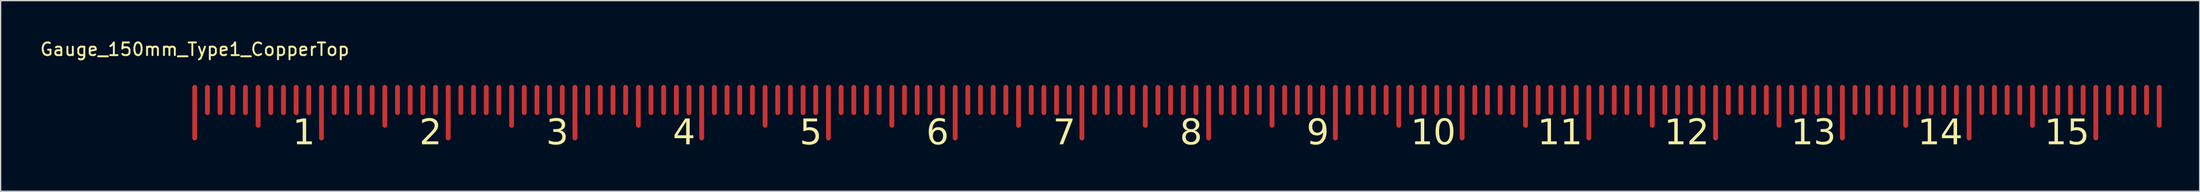
<source format=kicad_pcb>
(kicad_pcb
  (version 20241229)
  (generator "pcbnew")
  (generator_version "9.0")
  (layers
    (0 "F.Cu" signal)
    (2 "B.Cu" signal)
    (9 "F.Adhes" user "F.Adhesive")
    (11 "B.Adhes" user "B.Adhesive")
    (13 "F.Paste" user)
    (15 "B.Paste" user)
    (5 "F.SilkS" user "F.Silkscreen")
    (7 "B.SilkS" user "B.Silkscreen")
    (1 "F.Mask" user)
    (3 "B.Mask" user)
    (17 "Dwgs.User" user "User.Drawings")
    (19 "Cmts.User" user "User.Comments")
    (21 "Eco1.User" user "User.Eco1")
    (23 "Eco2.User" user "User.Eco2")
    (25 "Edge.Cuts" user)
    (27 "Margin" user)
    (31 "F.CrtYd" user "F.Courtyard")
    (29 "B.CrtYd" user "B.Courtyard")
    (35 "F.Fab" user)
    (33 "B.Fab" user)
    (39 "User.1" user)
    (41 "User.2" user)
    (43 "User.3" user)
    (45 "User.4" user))
  (footprint "Gauge_150mm_Type1_CopperTop"
    (layer "F.Cu")
    (at 12.315 3.848)
    (property "Reference" "Gauge_150mm_Type1_CopperTop" (at 0 -3 0) (layer "F.SilkS") (effects (font (size 1 1) (thickness 0.15))))
    (attr exclude_from_pos_files exclude_from_bom)
    (fp_line (start 0 0) (end 0 4) (stroke (width 0.381) (type solid)) (layer "F.Cu"))
    (fp_line (start 1.001 0) (end 1 2) (stroke (width 0.381) (type solid)) (layer "F.Cu"))
    (fp_line (start 1.999 0) (end 2 2) (stroke (width 0.381) (type solid)) (layer "F.Cu"))
    (fp_line (start 3 0) (end 3 2) (stroke (width 0.381) (type solid)) (layer "F.Cu"))
    (fp_line (start 4 0) (end 4 2) (stroke (width 0.381) (type solid)) (layer "F.Cu"))
    (fp_line (start 5.001 0) (end 5.001 3) (stroke (width 0.381) (type solid)) (layer "F.Cu"))
    (fp_line (start 5.999 0) (end 5.999 2) (stroke (width 0.381) (type solid)) (layer "F.Cu"))
    (fp_line (start 7 0) (end 7 2) (stroke (width 0.381) (type solid)) (layer "F.Cu"))
    (fp_line (start 8.001 0) (end 8 2) (stroke (width 0.381) (type solid)) (layer "F.Cu"))
    (fp_line (start 8.999 0) (end 8.999 2) (stroke (width 0.381) (type solid)) (layer "F.Cu"))
    (fp_line (start 10 0) (end 10 4) (stroke (width 0.381) (type solid)) (layer "F.Cu"))
    (fp_line (start 11.001 0) (end 11 2) (stroke (width 0.381) (type solid)) (layer "F.Cu"))
    (fp_line (start 11.999 0) (end 12 2) (stroke (width 0.381) (type solid)) (layer "F.Cu"))
    (fp_line (start 13 0) (end 13 2) (stroke (width 0.381) (type solid)) (layer "F.Cu"))
    (fp_line (start 14.001 0) (end 14 2) (stroke (width 0.381) (type solid)) (layer "F.Cu"))
    (fp_line (start 15.001 0) (end 15.001 3) (stroke (width 0.381) (type solid)) (layer "F.Cu"))
    (fp_line (start 15.999 0) (end 15.999 2) (stroke (width 0.381) (type solid)) (layer "F.Cu"))
    (fp_line (start 17 0) (end 17 2) (stroke (width 0.381) (type solid)) (layer "F.Cu"))
    (fp_line (start 18.001 0) (end 18 2) (stroke (width 0.381) (type solid)) (layer "F.Cu"))
    (fp_line (start 18.999 0) (end 18.999 2) (stroke (width 0.381) (type solid)) (layer "F.Cu"))
    (fp_line (start 20 0) (end 20 4) (stroke (width 0.381) (type solid)) (layer "F.Cu"))
    (fp_line (start 21.001 0) (end 21 2) (stroke (width 0.381) (type solid)) (layer "F.Cu"))
    (fp_line (start 21.999 0) (end 22 2) (stroke (width 0.381) (type solid)) (layer "F.Cu"))
    (fp_line (start 23 0) (end 23 2) (stroke (width 0.381) (type solid)) (layer "F.Cu"))
    (fp_line (start 24 0) (end 24 2) (stroke (width 0.381) (type solid)) (layer "F.Cu"))
    (fp_line (start 25.001 0) (end 25.001 3) (stroke (width 0.381) (type solid)) (layer "F.Cu"))
    (fp_line (start 25.999 0) (end 25.999 2) (stroke (width 0.381) (type solid)) (layer "F.Cu"))
    (fp_line (start 27 0) (end 27 2) (stroke (width 0.381) (type solid)) (layer "F.Cu"))
    (fp_line (start 28.001 0) (end 28 2) (stroke (width 0.381) (type solid)) (layer "F.Cu"))
    (fp_line (start 28.999 0) (end 28.999 2) (stroke (width 0.381) (type solid)) (layer "F.Cu"))
    (fp_line (start 30 0) (end 30 4) (stroke (width 0.381) (type solid)) (layer "F.Cu"))
    (fp_line (start 31.001 0) (end 31 2) (stroke (width 0.381) (type solid)) (layer "F.Cu"))
    (fp_line (start 31.999 0) (end 32 2) (stroke (width 0.381) (type solid)) (layer "F.Cu"))
    (fp_line (start 33 0) (end 33 2) (stroke (width 0.381) (type solid)) (layer "F.Cu"))
    (fp_line (start 34.001 0) (end 34 2) (stroke (width 0.381) (type solid)) (layer "F.Cu"))
    (fp_line (start 35.001 0) (end 35.001 3) (stroke (width 0.381) (type solid)) (layer "F.Cu"))
    (fp_line (start 35.999 0) (end 35.999 2) (stroke (width 0.381) (type solid)) (layer "F.Cu"))
    (fp_line (start 37 0) (end 37 2) (stroke (width 0.381) (type solid)) (layer "F.Cu"))
    (fp_line (start 38.001 0) (end 38 2) (stroke (width 0.381) (type solid)) (layer "F.Cu"))
    (fp_line (start 38.999 0) (end 38.999 2) (stroke (width 0.381) (type solid)) (layer "F.Cu"))
    (fp_line (start 40 0) (end 40 4) (stroke (width 0.381) (type solid)) (layer "F.Cu"))
    (fp_line (start 41.001 0) (end 41 2) (stroke (width 0.381) (type solid)) (layer "F.Cu"))
    (fp_line (start 41.999 0) (end 42 2) (stroke (width 0.381) (type solid)) (layer "F.Cu"))
    (fp_line (start 43 0) (end 43 2) (stroke (width 0.381) (type solid)) (layer "F.Cu"))
    (fp_line (start 44.001 0) (end 44 2) (stroke (width 0.381) (type solid)) (layer "F.Cu"))
    (fp_line (start 45.001 0) (end 45.001 3) (stroke (width 0.381) (type solid)) (layer "F.Cu"))
    (fp_line (start 45.999 0) (end 45.999 2) (stroke (width 0.381) (type solid)) (layer "F.Cu"))
    (fp_line (start 47 0) (end 47 2) (stroke (width 0.381) (type solid)) (layer "F.Cu"))
    (fp_line (start 48.001 0) (end 48 2) (stroke (width 0.381) (type solid)) (layer "F.Cu"))
    (fp_line (start 48.999 0) (end 48.999 2) (stroke (width 0.381) (type solid)) (layer "F.Cu"))
    (fp_line (start 50 0) (end 50 4) (stroke (width 0.381) (type solid)) (layer "F.Cu"))
    (fp_line (start 51.001 0) (end 51 2) (stroke (width 0.381) (type solid)) (layer "F.Cu"))
    (fp_line (start 51.999 0) (end 52 2) (stroke (width 0.381) (type solid)) (layer "F.Cu"))
    (fp_line (start 53 0) (end 53 2) (stroke (width 0.381) (type solid)) (layer "F.Cu"))
    (fp_line (start 54.001 0) (end 54 2) (stroke (width 0.381) (type solid)) (layer "F.Cu"))
    (fp_line (start 55.001 0) (end 55.001 3) (stroke (width 0.381) (type solid)) (layer "F.Cu"))
    (fp_line (start 55.999 0) (end 55.999 2) (stroke (width 0.381) (type solid)) (layer "F.Cu"))
    (fp_line (start 57 0) (end 57 2) (stroke (width 0.381) (type solid)) (layer "F.Cu"))
    (fp_line (start 58.001 0) (end 58 2) (stroke (width 0.381) (type solid)) (layer "F.Cu"))
    (fp_line (start 58.999 0) (end 58.999 2) (stroke (width 0.381) (type solid)) (layer "F.Cu"))
    (fp_line (start 60 0) (end 60 4) (stroke (width 0.381) (type solid)) (layer "F.Cu"))
    (fp_line (start 61.001 0) (end 61 2) (stroke (width 0.381) (type solid)) (layer "F.Cu"))
    (fp_line (start 61.999 0) (end 62 2) (stroke (width 0.381) (type solid)) (layer "F.Cu"))
    (fp_line (start 63 0) (end 63 2) (stroke (width 0.381) (type solid)) (layer "F.Cu"))
    (fp_line (start 64.001 0) (end 64 2) (stroke (width 0.381) (type solid)) (layer "F.Cu"))
    (fp_line (start 65.001 0) (end 65.001 3) (stroke (width 0.381) (type solid)) (layer "F.Cu"))
    (fp_line (start 65.999 0) (end 65.999 2) (stroke (width 0.381) (type solid)) (layer "F.Cu"))
    (fp_line (start 67 0) (end 67 2) (stroke (width 0.381) (type solid)) (layer "F.Cu"))
    (fp_line (start 68.001 0) (end 68 2) (stroke (width 0.381) (type solid)) (layer "F.Cu"))
    (fp_line (start 68.999 0) (end 68.999 2) (stroke (width 0.381) (type solid)) (layer "F.Cu"))
    (fp_line (start 70 0) (end 70 4) (stroke (width 0.381) (type solid)) (layer "F.Cu"))
    (fp_line (start 71.001 0) (end 71 2) (stroke (width 0.381) (type solid)) (layer "F.Cu"))
    (fp_line (start 71.999 0) (end 72 2) (stroke (width 0.381) (type solid)) (layer "F.Cu"))
    (fp_line (start 73 0) (end 73 2) (stroke (width 0.381) (type solid)) (layer "F.Cu"))
    (fp_line (start 74.001 0) (end 74 2) (stroke (width 0.381) (type solid)) (layer "F.Cu"))
    (fp_line (start 75.001 0) (end 75.001 3) (stroke (width 0.381) (type solid)) (layer "F.Cu"))
    (fp_line (start 75.999 0) (end 75.999 2) (stroke (width 0.381) (type solid)) (layer "F.Cu"))
    (fp_line (start 77 0) (end 77 2) (stroke (width 0.381) (type solid)) (layer "F.Cu"))
    (fp_line (start 78.001 0) (end 78 2) (stroke (width 0.381) (type solid)) (layer "F.Cu"))
    (fp_line (start 78.999 0) (end 78.999 2) (stroke (width 0.381) (type solid)) (layer "F.Cu"))
    (fp_line (start 80 0) (end 80 4) (stroke (width 0.381) (type solid)) (layer "F.Cu"))
    (fp_line (start 81.001 0) (end 81 2) (stroke (width 0.381) (type solid)) (layer "F.Cu"))
    (fp_line (start 81.999 0) (end 82 2) (stroke (width 0.381) (type solid)) (layer "F.Cu"))
    (fp_line (start 83 0) (end 83 2) (stroke (width 0.381) (type solid)) (layer "F.Cu"))
    (fp_line (start 84.001 0) (end 84 2) (stroke (width 0.381) (type solid)) (layer "F.Cu"))
    (fp_line (start 85.001 0) (end 85.001 3) (stroke (width 0.381) (type solid)) (layer "F.Cu"))
    (fp_line (start 85.999 0) (end 85.999 2) (stroke (width 0.381) (type solid)) (layer "F.Cu"))
    (fp_line (start 87 0) (end 87 2) (stroke (width 0.381) (type solid)) (layer "F.Cu"))
    (fp_line (start 88.001 0) (end 88 2) (stroke (width 0.381) (type solid)) (layer "F.Cu"))
    (fp_line (start 88.999 0) (end 88.999 2) (stroke (width 0.381) (type solid)) (layer "F.Cu"))
    (fp_line (start 90 0) (end 90 4) (stroke (width 0.381) (type solid)) (layer "F.Cu"))
    (fp_line (start 91.001 0) (end 91 2) (stroke (width 0.381) (type solid)) (layer "F.Cu"))
    (fp_line (start 91.999 0) (end 92 2) (stroke (width 0.381) (type solid)) (layer "F.Cu"))
    (fp_line (start 93 0) (end 93 2) (stroke (width 0.381) (type solid)) (layer "F.Cu"))
    (fp_line (start 94.001 0) (end 94 2) (stroke (width 0.381) (type solid)) (layer "F.Cu"))
    (fp_line (start 95.001 0) (end 95.001 3) (stroke (width 0.381) (type solid)) (layer "F.Cu"))
    (fp_line (start 95.999 0) (end 95.999 2) (stroke (width 0.381) (type solid)) (layer "F.Cu"))
    (fp_line (start 97 0) (end 97 2) (stroke (width 0.381) (type solid)) (layer "F.Cu"))
    (fp_line (start 98.001 0) (end 98 2) (stroke (width 0.381) (type solid)) (layer "F.Cu"))
    (fp_line (start 98.999 0) (end 98.999 2) (stroke (width 0.381) (type solid)) (layer "F.Cu"))
    (fp_line (start 100 0) (end 100 4) (stroke (width 0.381) (type solid)) (layer "F.Cu"))
    (fp_line (start 101.001 0) (end 101 2) (stroke (width 0.381) (type solid)) (layer "F.Cu"))
    (fp_line (start 101.999 0) (end 102 2) (stroke (width 0.381) (type solid)) (layer "F.Cu"))
    (fp_line (start 103 0) (end 103 2) (stroke (width 0.381) (type solid)) (layer "F.Cu"))
    (fp_line (start 104.001 0) (end 104 2) (stroke (width 0.381) (type solid)) (layer "F.Cu"))
    (fp_line (start 105.001 0) (end 105.001 3) (stroke (width 0.381) (type solid)) (layer "F.Cu"))
    (fp_line (start 105.999 0) (end 105.999 2) (stroke (width 0.381) (type solid)) (layer "F.Cu"))
    (fp_line (start 107 0) (end 107 2) (stroke (width 0.381) (type solid)) (layer "F.Cu"))
    (fp_line (start 108.001 0) (end 108 2) (stroke (width 0.381) (type solid)) (layer "F.Cu"))
    (fp_line (start 108.999 0) (end 108.999 2) (stroke (width 0.381) (type solid)) (layer "F.Cu"))
    (fp_line (start 110 0) (end 110 4) (stroke (width 0.381) (type solid)) (layer "F.Cu"))
    (fp_line (start 111.001 0) (end 111 2) (stroke (width 0.381) (type solid)) (layer "F.Cu"))
    (fp_line (start 111.999 0) (end 112 2) (stroke (width 0.381) (type solid)) (layer "F.Cu"))
    (fp_line (start 113 0) (end 113 2) (stroke (width 0.381) (type solid)) (layer "F.Cu"))
    (fp_line (start 114.001 0) (end 114 2) (stroke (width 0.381) (type solid)) (layer "F.Cu"))
    (fp_line (start 115.001 0) (end 115.001 3) (stroke (width 0.381) (type solid)) (layer "F.Cu"))
    (fp_line (start 115.999 0) (end 115.999 2) (stroke (width 0.381) (type solid)) (layer "F.Cu"))
    (fp_line (start 117 0) (end 117 2) (stroke (width 0.381) (type solid)) (layer "F.Cu"))
    (fp_line (start 118.001 0) (end 118 2) (stroke (width 0.381) (type solid)) (layer "F.Cu"))
    (fp_line (start 118.999 0) (end 118.999 2) (stroke (width 0.381) (type solid)) (layer "F.Cu"))
    (fp_line (start 120 0) (end 120 4) (stroke (width 0.381) (type solid)) (layer "F.Cu"))
    (fp_line (start 121.001 0) (end 121 2) (stroke (width 0.381) (type solid)) (layer "F.Cu"))
    (fp_line (start 121.999 0) (end 122 2) (stroke (width 0.381) (type solid)) (layer "F.Cu"))
    (fp_line (start 123 0) (end 123 2) (stroke (width 0.381) (type solid)) (layer "F.Cu"))
    (fp_line (start 124.001 0) (end 124 2) (stroke (width 0.381) (type solid)) (layer "F.Cu"))
    (fp_line (start 125.001 0) (end 125.001 3) (stroke (width 0.381) (type solid)) (layer "F.Cu"))
    (fp_line (start 125.999 0) (end 125.999 2) (stroke (width 0.381) (type solid)) (layer "F.Cu"))
    (fp_line (start 127 0) (end 127 2) (stroke (width 0.381) (type solid)) (layer "F.Cu"))
    (fp_line (start 128.001 0) (end 128 2) (stroke (width 0.381) (type solid)) (layer "F.Cu"))
    (fp_line (start 128.999 0) (end 128.999 2) (stroke (width 0.381) (type solid)) (layer "F.Cu"))
    (fp_line (start 130 0) (end 130 4) (stroke (width 0.381) (type solid)) (layer "F.Cu"))
    (fp_line (start 131.001 0) (end 131 2) (stroke (width 0.381) (type solid)) (layer "F.Cu"))
    (fp_line (start 131.999 0) (end 132 2) (stroke (width 0.381) (type solid)) (layer "F.Cu"))
    (fp_line (start 133 0) (end 133 2) (stroke (width 0.381) (type solid)) (layer "F.Cu"))
    (fp_line (start 134 0) (end 134 2) (stroke (width 0.381) (type solid)) (layer "F.Cu"))
    (fp_line (start 135.001 0) (end 135.001 3) (stroke (width 0.381) (type solid)) (layer "F.Cu"))
    (fp_line (start 135.999 0) (end 135.999 2) (stroke (width 0.381) (type solid)) (layer "F.Cu"))
    (fp_line (start 137 0) (end 137 2) (stroke (width 0.381) (type solid)) (layer "F.Cu"))
    (fp_line (start 138.001 0) (end 138 2) (stroke (width 0.381) (type solid)) (layer "F.Cu"))
    (fp_line (start 138.999 0) (end 138.999 2) (stroke (width 0.381) (type solid)) (layer "F.Cu"))
    (fp_line (start 140 0) (end 140 4) (stroke (width 0.381) (type solid)) (layer "F.Cu"))
    (fp_line (start 141.001 0) (end 141 2) (stroke (width 0.381) (type solid)) (layer "F.Cu"))
    (fp_line (start 141.999 0) (end 142 2) (stroke (width 0.381) (type solid)) (layer "F.Cu"))
    (fp_line (start 143 0) (end 143 2) (stroke (width 0.381) (type solid)) (layer "F.Cu"))
    (fp_line (start 144 0) (end 144 2) (stroke (width 0.381) (type solid)) (layer "F.Cu"))
    (fp_line (start 145.001 0) (end 145.001 3) (stroke (width 0.381) (type solid)) (layer "F.Cu"))
    (fp_line (start 145.999 0) (end 145.999 2) (stroke (width 0.381) (type solid)) (layer "F.Cu"))
    (fp_line (start 147 0) (end 147 2) (stroke (width 0.381) (type solid)) (layer "F.Cu"))
    (fp_line (start 148.001 0) (end 148 2) (stroke (width 0.381) (type solid)) (layer "F.Cu"))
    (fp_line (start 148.999 0) (end 148.999 2) (stroke (width 0.381) (type solid)) (layer "F.Cu"))
    (fp_line (start 150 0) (end 150 4) (stroke (width 0.381) (type solid)) (layer "F.Cu"))
    (fp_line (start 151 0) (end 151 2) (stroke (width 0.381) (type solid)) (layer "F.Cu"))
    (fp_line (start 151.999 0) (end 152 2) (stroke (width 0.381) (type solid)) (layer "F.Cu"))
    (fp_line (start 152.999 0) (end 152.999 2) (stroke (width 0.381) (type solid)) (layer "F.Cu"))
    (fp_line (start 154 0) (end 154 2) (stroke (width 0.381) (type solid)) (layer "F.Cu"))
    (fp_line (start 155 0) (end 155 3) (stroke (width 0.381) (type solid)) (layer "F.Cu"))
    (fp_line (start 0.00002 0) (end 0.00002 4) (stroke (width 0.381) (type solid)) (layer "F.Mask"))
    (fp_line (start 1.001 0) (end 1 2) (stroke (width 0.381) (type solid)) (layer "F.Mask"))
    (fp_line (start 2 0) (end 2 2) (stroke (width 0.381) (type solid)) (layer "F.Mask"))
    (fp_line (start 3 0) (end 3 2) (stroke (width 0.381) (type solid)) (layer "F.Mask"))
    (fp_line (start 4 0) (end 4 2) (stroke (width 0.381) (type solid)) (layer "F.Mask"))
    (fp_line (start 5.001 0) (end 5.001 3) (stroke (width 0.381) (type solid)) (layer "F.Mask"))
    (fp_line (start 6 0) (end 6 2) (stroke (width 0.381) (type solid)) (layer "F.Mask"))
    (fp_line (start 7 0) (end 7 2) (stroke (width 0.381) (type solid)) (layer "F.Mask"))
    (fp_line (start 8 0) (end 8 2) (stroke (width 0.381) (type solid)) (layer "F.Mask"))
    (fp_line (start 9 0) (end 9 2) (stroke (width 0.381) (type solid)) (layer "F.Mask"))
    (fp_line (start 10 0) (end 10 4) (stroke (width 0.381) (type solid)) (layer "F.Mask"))
    (fp_line (start 11.001 0) (end 11 2) (stroke (width 0.381) (type solid)) (layer "F.Mask"))
    (fp_line (start 12.001 0) (end 12 2) (stroke (width 0.381) (type solid)) (layer "F.Mask"))
    (fp_line (start 13.001 0) (end 13 2) (stroke (width 0.381) (type solid)) (layer "F.Mask"))
    (fp_line (start 14.001 0) (end 14 2) (stroke (width 0.381) (type solid)) (layer "F.Mask"))
    (fp_line (start 15.002 0) (end 15.002 3) (stroke (width 0.381) (type solid)) (layer "F.Mask"))
    (fp_line (start 16.001 0) (end 16 2) (stroke (width 0.381) (type solid)) (layer "F.Mask"))
    (fp_line (start 17.001 0) (end 17 2) (stroke (width 0.381) (type solid)) (layer "F.Mask"))
    (fp_line (start 18.001 0) (end 18 2) (stroke (width 0.381) (type solid)) (layer "F.Mask"))
    (fp_line (start 19.001 0) (end 19 2) (stroke (width 0.381) (type solid)) (layer "F.Mask"))
    (fp_line (start 19.998 0) (end 19.998 4) (stroke (width 0.381) (type solid)) (layer "F.Mask"))
    (fp_line (start 20.999 0) (end 20.998 2) (stroke (width 0.381) (type solid)) (layer "F.Mask"))
    (fp_line (start 21.999 0) (end 21.998 2) (stroke (width 0.381) (type solid)) (layer "F.Mask"))
    (fp_line (start 22.999 0) (end 22.998 2) (stroke (width 0.381) (type solid)) (layer "F.Mask"))
    (fp_line (start 23.999 0) (end 23.998 2) (stroke (width 0.381) (type solid)) (layer "F.Mask"))
    (fp_line (start 25 0) (end 25 3) (stroke (width 0.381) (type solid)) (layer "F.Mask"))
    (fp_line (start 25.999 0) (end 25.998 2) (stroke (width 0.381) (type solid)) (layer "F.Mask"))
    (fp_line (start 26.999 0) (end 26.998 2) (stroke (width 0.381) (type solid)) (layer "F.Mask"))
    (fp_line (start 27.999 0) (end 27.998 2) (stroke (width 0.381) (type solid)) (layer "F.Mask"))
    (fp_line (start 28.999 0) (end 28.998 2) (stroke (width 0.381) (type solid)) (layer "F.Mask"))
    (fp_line (start 29.999 0) (end 29.999 4) (stroke (width 0.381) (type solid)) (layer "F.Mask"))
    (fp_line (start 31 0) (end 30.999 2) (stroke (width 0.381) (type solid)) (layer "F.Mask"))
    (fp_line (start 31.999 0) (end 31.998 2) (stroke (width 0.381) (type solid)) (layer "F.Mask"))
    (fp_line (start 32.999 0) (end 32.998 2) (stroke (width 0.381) (type solid)) (layer "F.Mask"))
    (fp_line (start 33.999 0) (end 33.998 2) (stroke (width 0.381) (type solid)) (layer "F.Mask"))
    (fp_line (start 35 0) (end 35 3) (stroke (width 0.381) (type solid)) (layer "F.Mask"))
    (fp_line (start 35.999 0) (end 35.998 2) (stroke (width 0.381) (type solid)) (layer "F.Mask"))
    (fp_line (start 36.999 0) (end 36.998 2) (stroke (width 0.381) (type solid)) (layer "F.Mask"))
    (fp_line (start 37.999 0) (end 37.998 2) (stroke (width 0.381) (type solid)) (layer "F.Mask"))
    (fp_line (start 38.999 0) (end 38.998 2) (stroke (width 0.381) (type solid)) (layer "F.Mask"))
    (fp_line (start 39.998 0) (end 39.998 4) (stroke (width 0.381) (type solid)) (layer "F.Mask"))
    (fp_line (start 40.999 0) (end 40.998 2) (stroke (width 0.381) (type solid)) (layer "F.Mask"))
    (fp_line (start 41.999 0) (end 41.998 2) (stroke (width 0.381) (type solid)) (layer "F.Mask"))
    (fp_line (start 42.999 0) (end 42.998 2) (stroke (width 0.381) (type solid)) (layer "F.Mask"))
    (fp_line (start 43.999 0) (end 43.998 2) (stroke (width 0.381) (type solid)) (layer "F.Mask"))
    (fp_line (start 45 0) (end 45 3) (stroke (width 0.381) (type solid)) (layer "F.Mask"))
    (fp_line (start 45.999 0) (end 45.998 2) (stroke (width 0.381) (type solid)) (layer "F.Mask"))
    (fp_line (start 46.999 0) (end 46.998 2) (stroke (width 0.381) (type solid)) (layer "F.Mask"))
    (fp_line (start 47.999 0) (end 47.998 2) (stroke (width 0.381) (type solid)) (layer "F.Mask"))
    (fp_line (start 48.999 0) (end 48.998 2) (stroke (width 0.381) (type solid)) (layer "F.Mask"))
    (fp_line (start 49.999 0) (end 49.999 4) (stroke (width 0.381) (type solid)) (layer "F.Mask"))
    (fp_line (start 50.999 0) (end 50.999 2) (stroke (width 0.381) (type solid)) (layer "F.Mask"))
    (fp_line (start 51.999 0) (end 51.998 2) (stroke (width 0.381) (type solid)) (layer "F.Mask"))
    (fp_line (start 52.999 0) (end 52.998 2) (stroke (width 0.381) (type solid)) (layer "F.Mask"))
    (fp_line (start 53.999 0) (end 53.998 2) (stroke (width 0.381) (type solid)) (layer "F.Mask"))
    (fp_line (start 55 0) (end 55 3) (stroke (width 0.381) (type solid)) (layer "F.Mask"))
    (fp_line (start 55.999 0) (end 55.998 2) (stroke (width 0.381) (type solid)) (layer "F.Mask"))
    (fp_line (start 56.999 0) (end 56.998 2) (stroke (width 0.381) (type solid)) (layer "F.Mask"))
    (fp_line (start 57.999 0) (end 57.998 2) (stroke (width 0.381) (type solid)) (layer "F.Mask"))
    (fp_line (start 58.999 0) (end 58.998 2) (stroke (width 0.381) (type solid)) (layer "F.Mask"))
    (fp_line (start 59.997 0) (end 59.997 4) (stroke (width 0.381) (type solid)) (layer "F.Mask"))
    (fp_line (start 60.997 0) (end 60.997 2) (stroke (width 0.381) (type solid)) (layer "F.Mask"))
    (fp_line (start 61.997 0) (end 61.996 2) (stroke (width 0.381) (type solid)) (layer "F.Mask"))
    (fp_line (start 62.997 0) (end 62.996 2) (stroke (width 0.381) (type solid)) (layer "F.Mask"))
    (fp_line (start 63.997 0) (end 63.996 2) (stroke (width 0.381) (type solid)) (layer "F.Mask"))
    (fp_line (start 64.998 0) (end 64.998 3) (stroke (width 0.381) (type solid)) (layer "F.Mask"))
    (fp_line (start 65.997 0) (end 65.996 2) (stroke (width 0.381) (type solid)) (layer "F.Mask"))
    (fp_line (start 66.997 0) (end 66.996 2) (stroke (width 0.381) (type solid)) (layer "F.Mask"))
    (fp_line (start 67.997 0) (end 67.996 2) (stroke (width 0.381) (type solid)) (layer "F.Mask"))
    (fp_line (start 68.997 0) (end 68.996 2) (stroke (width 0.381) (type solid)) (layer "F.Mask"))
    (fp_line (start 69.997 0) (end 69.997 4) (stroke (width 0.381) (type solid)) (layer "F.Mask"))
    (fp_line (start 70.998 0) (end 70.997 2) (stroke (width 0.381) (type solid)) (layer "F.Mask"))
    (fp_line (start 71.997 0) (end 71.997 2) (stroke (width 0.381) (type solid)) (layer "F.Mask"))
    (fp_line (start 72.997 0) (end 72.997 2) (stroke (width 0.381) (type solid)) (layer "F.Mask"))
    (fp_line (start 73.997 0) (end 73.997 2) (stroke (width 0.381) (type solid)) (layer "F.Mask"))
    (fp_line (start 74.998 0) (end 74.998 3) (stroke (width 0.381) (type solid)) (layer "F.Mask"))
    (fp_line (start 75.997 0) (end 75.997 2) (stroke (width 0.381) (type solid)) (layer "F.Mask"))
    (fp_line (start 76.997 0) (end 76.997 2) (stroke (width 0.381) (type solid)) (layer "F.Mask"))
    (fp_line (start 77.997 0) (end 77.997 2) (stroke (width 0.381) (type solid)) (layer "F.Mask"))
    (fp_line (start 78.997 0) (end 78.997 2) (stroke (width 0.381) (type solid)) (layer "F.Mask"))
    (fp_line (start 80.003 0) (end 80.003 4) (stroke (width 0.381) (type solid)) (layer "F.Mask"))
    (fp_line (start 81.004 0) (end 81.003 2) (stroke (width 0.381) (type solid)) (layer "F.Mask"))
    (fp_line (start 82.004 0) (end 82.003 2) (stroke (width 0.381) (type solid)) (layer "F.Mask"))
    (fp_line (start 83.004 0) (end 83.003 2) (stroke (width 0.381) (type solid)) (layer "F.Mask"))
    (fp_line (start 84.004 0) (end 84.003 2) (stroke (width 0.381) (type solid)) (layer "F.Mask"))
    (fp_line (start 85.005 0) (end 85.005 3) (stroke (width 0.381) (type solid)) (layer "F.Mask"))
    (fp_line (start 86.004 0) (end 86.003 2) (stroke (width 0.381) (type solid)) (layer "F.Mask"))
    (fp_line (start 87.004 0) (end 87.003 2) (stroke (width 0.381) (type solid)) (layer "F.Mask"))
    (fp_line (start 88.004 0) (end 88.003 2) (stroke (width 0.381) (type solid)) (layer "F.Mask"))
    (fp_line (start 89.004 0) (end 89.003 2) (stroke (width 0.381) (type solid)) (layer "F.Mask"))
    (fp_line (start 90.004 0) (end 90.004 4) (stroke (width 0.381) (type solid)) (layer "F.Mask"))
    (fp_line (start 91.004 0) (end 91.004 2) (stroke (width 0.381) (type solid)) (layer "F.Mask"))
    (fp_line (start 92.004 0) (end 92.003 2) (stroke (width 0.381) (type solid)) (layer "F.Mask"))
    (fp_line (start 93.004 0) (end 93.003 2) (stroke (width 0.381) (type solid)) (layer "F.Mask"))
    (fp_line (start 94.004 0) (end 94.003 2) (stroke (width 0.381) (type solid)) (layer "F.Mask"))
    (fp_line (start 95.005 0) (end 95.005 3) (stroke (width 0.381) (type solid)) (layer "F.Mask"))
    (fp_line (start 96.004 0) (end 96.003 2) (stroke (width 0.381) (type solid)) (layer "F.Mask"))
    (fp_line (start 97.004 0) (end 97.003 2) (stroke (width 0.381) (type solid)) (layer "F.Mask"))
    (fp_line (start 98.004 0) (end 98.003 2) (stroke (width 0.381) (type solid)) (layer "F.Mask"))
    (fp_line (start 99.004 0) (end 99.003 2) (stroke (width 0.381) (type solid)) (layer "F.Mask"))
    (fp_line (start 100.002 0) (end 100.002 4) (stroke (width 0.381) (type solid)) (layer "F.Mask"))
    (fp_line (start 101.002 0) (end 101.002 2) (stroke (width 0.381) (type solid)) (layer "F.Mask"))
    (fp_line (start 102.002 0) (end 102.001 2) (stroke (width 0.381) (type solid)) (layer "F.Mask"))
    (fp_line (start 103.002 0) (end 103.001 2) (stroke (width 0.381) (type solid)) (layer "F.Mask"))
    (fp_line (start 104.002 0) (end 104.001 2) (stroke (width 0.381) (type solid)) (layer "F.Mask"))
    (fp_line (start 105.003 0) (end 105.003 3) (stroke (width 0.381) (type solid)) (layer "F.Mask"))
    (fp_line (start 106.002 0) (end 106.001 2) (stroke (width 0.381) (type solid)) (layer "F.Mask"))
    (fp_line (start 107.002 0) (end 107.001 2) (stroke (width 0.381) (type solid)) (layer "F.Mask"))
    (fp_line (start 108.002 0) (end 108.001 2) (stroke (width 0.381) (type solid)) (layer "F.Mask"))
    (fp_line (start 109.002 0) (end 109.001 2) (stroke (width 0.381) (type solid)) (layer "F.Mask"))
    (fp_line (start 110.002 0) (end 110.002 4) (stroke (width 0.381) (type solid)) (layer "F.Mask"))
    (fp_line (start 111.003 0) (end 111.002 2) (stroke (width 0.381) (type solid)) (layer "F.Mask"))
    (fp_line (start 112.002 0) (end 112.002 2) (stroke (width 0.381) (type solid)) (layer "F.Mask"))
    (fp_line (start 113.002 0) (end 113.002 2) (stroke (width 0.381) (type solid)) (layer "F.Mask"))
    (fp_line (start 114.002 0) (end 114.002 2) (stroke (width 0.381) (type solid)) (layer "F.Mask"))
    (fp_line (start 115.003 0) (end 115.003 3) (stroke (width 0.381) (type solid)) (layer "F.Mask"))
    (fp_line (start 116.002 0) (end 116.002 2) (stroke (width 0.381) (type solid)) (layer "F.Mask"))
    (fp_line (start 117.002 0) (end 117.002 2) (stroke (width 0.381) (type solid)) (layer "F.Mask"))
    (fp_line (start 118.002 0) (end 118.002 2) (stroke (width 0.381) (type solid)) (layer "F.Mask"))
    (fp_line (start 119.002 0) (end 119.002 2) (stroke (width 0.381) (type solid)) (layer "F.Mask"))
    (fp_line (start 120.002 0) (end 120.002 4) (stroke (width 0.381) (type solid)) (layer "F.Mask"))
    (fp_line (start 121.002 0) (end 121.002 2) (stroke (width 0.381) (type solid)) (layer "F.Mask"))
    (fp_line (start 122.002 0) (end 122.001 2) (stroke (width 0.381) (type solid)) (layer "F.Mask"))
    (fp_line (start 123.002 0) (end 123.001 2) (stroke (width 0.381) (type solid)) (layer "F.Mask"))
    (fp_line (start 124.002 0) (end 124.001 2) (stroke (width 0.381) (type solid)) (layer "F.Mask"))
    (fp_line (start 125.003 0) (end 125.003 3) (stroke (width 0.381) (type solid)) (layer "F.Mask"))
    (fp_line (start 126.002 0) (end 126.001 2) (stroke (width 0.381) (type solid)) (layer "F.Mask"))
    (fp_line (start 127.002 0) (end 127.001 2) (stroke (width 0.381) (type solid)) (layer "F.Mask"))
    (fp_line (start 128.002 0) (end 128.001 2) (stroke (width 0.381) (type solid)) (layer "F.Mask"))
    (fp_line (start 129.002 0) (end 129.001 2) (stroke (width 0.381) (type solid)) (layer "F.Mask"))
    (fp_line (start 130.002 0) (end 130.002 4) (stroke (width 0.381) (type solid)) (layer "F.Mask"))
    (fp_line (start 131.003 0) (end 131.002 2) (stroke (width 0.381) (type solid)) (layer "F.Mask"))
    (fp_line (start 132.002 0) (end 132.002 2) (stroke (width 0.381) (type solid)) (layer "F.Mask"))
    (fp_line (start 133.002 0) (end 133.002 2) (stroke (width 0.381) (type solid)) (layer "F.Mask"))
    (fp_line (start 134.002 0) (end 134.002 2) (stroke (width 0.381) (type solid)) (layer "F.Mask"))
    (fp_line (start 135.003 0) (end 135.003 3) (stroke (width 0.381) (type solid)) (layer "F.Mask"))
    (fp_line (start 136.002 0) (end 136.002 2) (stroke (width 0.381) (type solid)) (layer "F.Mask"))
    (fp_line (start 137.002 0) (end 137.002 2) (stroke (width 0.381) (type solid)) (layer "F.Mask"))
    (fp_line (start 138.002 0) (end 138.002 2) (stroke (width 0.381) (type solid)) (layer "F.Mask"))
    (fp_line (start 139.002 0) (end 139.002 2) (stroke (width 0.381) (type solid)) (layer "F.Mask"))
    (fp_line (start 140 0) (end 140 4) (stroke (width 0.381) (type solid)) (layer "F.Mask"))
    (fp_line (start 141.001 0) (end 141 2) (stroke (width 0.381) (type solid)) (layer "F.Mask"))
    (fp_line (start 142 0) (end 142 2) (stroke (width 0.381) (type solid)) (layer "F.Mask"))
    (fp_line (start 143 0) (end 143 2) (stroke (width 0.381) (type solid)) (layer "F.Mask"))
    (fp_line (start 144 0) (end 144 2) (stroke (width 0.381) (type solid)) (layer "F.Mask"))
    (fp_line (start 145.001 0) (end 145.001 3) (stroke (width 0.381) (type solid)) (layer "F.Mask"))
    (fp_line (start 146 0) (end 146 2) (stroke (width 0.381) (type solid)) (layer "F.Mask"))
    (fp_line (start 147 0) (end 147 2) (stroke (width 0.381) (type solid)) (layer "F.Mask"))
    (fp_line (start 148 0) (end 148 2) (stroke (width 0.381) (type solid)) (layer "F.Mask"))
    (fp_line (start 149 0) (end 149 2) (stroke (width 0.381) (type solid)) (layer "F.Mask"))
    (fp_line (start 150 0) (end 150 4) (stroke (width 0.381) (type solid)) (layer "F.Mask"))
    (fp_line (start 151 0) (end 151 2) (stroke (width 0.381) (type solid)) (layer "F.Mask"))
    (fp_line (start 152 0) (end 151.999 2) (stroke (width 0.381) (type solid)) (layer "F.Mask"))
    (fp_line (start 153 0) (end 152.999 2) (stroke (width 0.381) (type solid)) (layer "F.Mask"))
    (fp_line (start 154 0) (end 153.999 2) (stroke (width 0.381) (type solid)) (layer "F.Mask"))
    (fp_line (start 155.002 0) (end 155.002 3) (stroke (width 0.381) (type solid)) (layer "F.Mask"))
    (fp_text user "9" (at 89.5 2.5 0) (layer "F.SilkS") (effects (font (face "Arial") (size 2 2) (thickness 0.22)) (justify right top)))
    (fp_text user "5" (at 49.5 2.5 0) (layer "F.SilkS") (effects (font (face "Arial") (size 2 2) (thickness 0.22)) (justify right top)))
    (fp_text user "1" (at 9.5 2.5 0) (layer "F.SilkS") (effects (font (face "Arial") (size 2 2) (thickness 0.22)) (justify right top)))
    (fp_text user "3" (at 29.5 2.5 0) (layer "F.SilkS") (effects (font (face "Arial") (size 2 2) (thickness 0.22)) (justify right top)))
    (fp_text user "15" (at 149.5 2.5 0) (layer "F.SilkS") (effects (font (face "Arial") (size 2 2) (thickness 0.22)) (justify right top)))
    (fp_text user "4" (at 39.5 2.5 0) (layer "F.SilkS") (effects (font (face "Arial") (size 2 2) (thickness 0.22)) (justify right top)))
    (fp_text user "6" (at 59.5 2.5 0) (layer "F.SilkS") (effects (font (face "Arial") (size 2 2) (thickness 0.22)) (justify right top)))
    (fp_text user "11" (at 109.5 2.5 0) (layer "F.SilkS") (effects (font (face "Arial") (size 2 2) (thickness 0.22)) (justify right top)))
    (fp_text user "8" (at 79.5 2.5 0) (layer "F.SilkS") (effects (font (face "Arial") (size 2 2) (thickness 0.22)) (justify right top)))
    (fp_text user "2" (at 19.5 2.5 0) (layer "F.SilkS") (effects (font (face "Arial") (size 2 2) (thickness 0.22)) (justify right top)))
    (fp_text user "14" (at 139.5 2.5 0) (layer "F.SilkS") (effects (font (face "Arial") (size 2 2) (thickness 0.22)) (justify right top)))
    (fp_text user "12" (at 119.5 2.5 0) (layer "F.SilkS") (effects (font (face "Arial") (size 2 2) (thickness 0.22)) (justify right top)))
    (fp_text user "7" (at 69.5 2.5 0) (layer "F.SilkS") (effects (font (face "Arial") (size 2 2) (thickness 0.22)) (justify right top)))
    (fp_text user "10" (at 99.5 2.5 0) (layer "F.SilkS") (effects (font (face "Arial") (size 2 2) (thickness 0.22)) (justify right top)))
    (fp_text user "13" (at 129.5 2.5 0) (layer "F.SilkS") (effects (font (face "Arial") (size 2 2) (thickness 0.22)) (justify right top))))
  (gr_rect
    (start -3 -3)
    (end 170.508 12.06)
    (stroke (width 0.1) (type default))
    (fill no)
    (layer "Edge.Cuts")))
</source>
